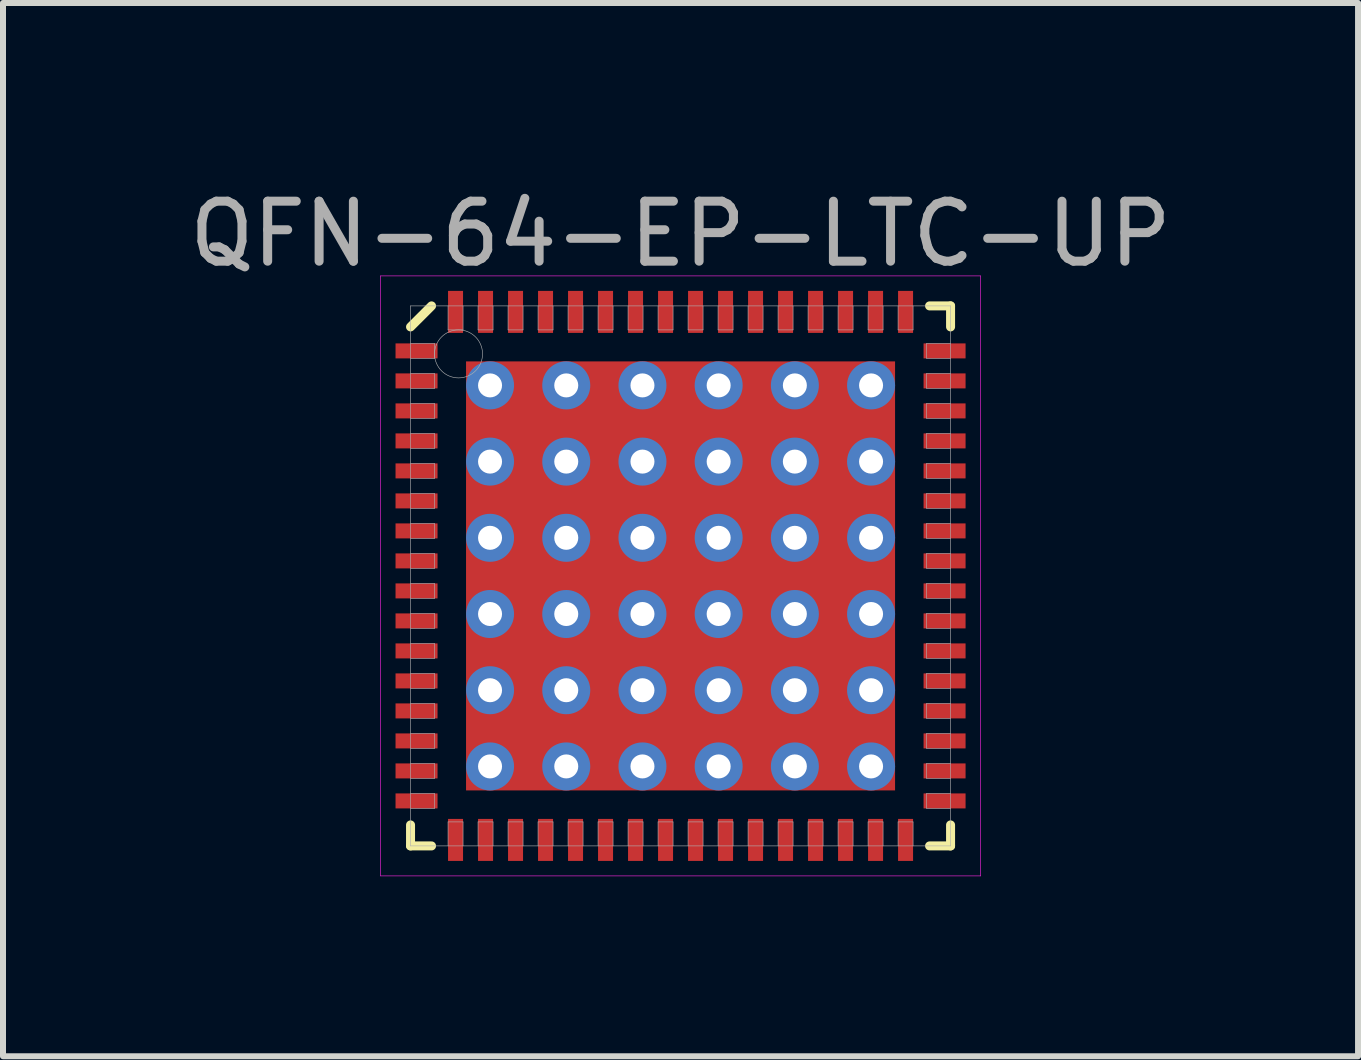
<source format=kicad_pcb>
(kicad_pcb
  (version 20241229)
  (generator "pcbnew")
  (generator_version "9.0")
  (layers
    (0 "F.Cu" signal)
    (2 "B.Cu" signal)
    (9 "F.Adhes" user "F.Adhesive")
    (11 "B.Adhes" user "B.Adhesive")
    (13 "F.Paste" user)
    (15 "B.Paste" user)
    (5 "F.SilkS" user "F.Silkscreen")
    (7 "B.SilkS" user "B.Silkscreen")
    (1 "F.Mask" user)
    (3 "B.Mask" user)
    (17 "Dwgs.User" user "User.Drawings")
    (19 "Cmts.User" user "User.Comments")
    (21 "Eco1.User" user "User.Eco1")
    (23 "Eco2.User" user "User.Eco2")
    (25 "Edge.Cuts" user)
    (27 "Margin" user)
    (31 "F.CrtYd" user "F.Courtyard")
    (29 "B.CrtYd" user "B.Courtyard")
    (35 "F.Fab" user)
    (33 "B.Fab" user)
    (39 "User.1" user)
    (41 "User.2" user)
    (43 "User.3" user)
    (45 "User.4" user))
  (footprint "QFN-64-EP-LTC-UP"
    (layer "F.Cu")
    (at 8.292 6.548)
    (property "Reference" "QFN-64-EP-LTC-UP" (at 0 -5.7 0) (layer "F.Fab") (effects (font (size 1 1) (thickness 0.15))))
    (attr through_hole)
    (fp_line (start -4.5 -4.15) (end -4.15 -4.5) (stroke (width 0.15) (type solid)) (layer "F.SilkS"))
    (fp_line (start -4.5 4.5) (end -4.5 4.15) (stroke (width 0.15) (type solid)) (layer "F.SilkS"))
    (fp_line (start -4.15 4.5) (end -4.5 4.5) (stroke (width 0.15) (type solid)) (layer "F.SilkS"))
    (fp_line (start 4.15 -4.5) (end 4.5 -4.5) (stroke (width 0.15) (type solid)) (layer "F.SilkS"))
    (fp_line (start 4.15 4.5) (end 4.5 4.5) (stroke (width 0.15) (type solid)) (layer "F.SilkS"))
    (fp_line (start 4.5 -4.5) (end 4.5 -4.15) (stroke (width 0.15) (type solid)) (layer "F.SilkS"))
    (fp_line (start 4.5 4.5) (end 4.5 4.15) (stroke (width 0.15) (type solid)) (layer "F.SilkS"))
    (fp_line (start -5 -5) (end 5 -5) (stroke (width 0.01) (type solid)) (layer "F.CrtYd"))
    (fp_line (start -5 5) (end -5 -5) (stroke (width 0.01) (type solid)) (layer "F.CrtYd"))
    (fp_line (start 5 -5) (end 5 5) (stroke (width 0.01) (type solid)) (layer "F.CrtYd"))
    (fp_line (start 5 5) (end -5 5) (stroke (width 0.01) (type solid)) (layer "F.CrtYd"))
    (fp_line (start -4.5 -4.5) (end 4.5 -4.5) (stroke (width 0.01) (type solid)) (layer "F.Fab"))
    (fp_line (start -4.5 -3.625) (end -4.1 -3.625) (stroke (width 0.01) (type solid)) (layer "F.Fab"))
    (fp_line (start -4.5 -3.125) (end -4.1 -3.125) (stroke (width 0.01) (type solid)) (layer "F.Fab"))
    (fp_line (start -4.5 -2.625) (end -4.1 -2.625) (stroke (width 0.01) (type solid)) (layer "F.Fab"))
    (fp_line (start -4.5 -2.125) (end -4.1 -2.125) (stroke (width 0.01) (type solid)) (layer "F.Fab"))
    (fp_line (start -4.5 -1.625) (end -4.1 -1.625) (stroke (width 0.01) (type solid)) (layer "F.Fab"))
    (fp_line (start -4.5 -1.125) (end -4.1 -1.125) (stroke (width 0.01) (type solid)) (layer "F.Fab"))
    (fp_line (start -4.5 -0.625) (end -4.1 -0.625) (stroke (width 0.01) (type solid)) (layer "F.Fab"))
    (fp_line (start -4.5 -0.125) (end -4.1 -0.125) (stroke (width 0.01) (type solid)) (layer "F.Fab"))
    (fp_line (start -4.5 0.375) (end -4.1 0.375) (stroke (width 0.01) (type solid)) (layer "F.Fab"))
    (fp_line (start -4.5 0.875) (end -4.1 0.875) (stroke (width 0.01) (type solid)) (layer "F.Fab"))
    (fp_line (start -4.5 1.375) (end -4.1 1.375) (stroke (width 0.01) (type solid)) (layer "F.Fab"))
    (fp_line (start -4.5 1.875) (end -4.1 1.875) (stroke (width 0.01) (type solid)) (layer "F.Fab"))
    (fp_line (start -4.5 2.375) (end -4.1 2.375) (stroke (width 0.01) (type solid)) (layer "F.Fab"))
    (fp_line (start -4.5 2.875) (end -4.1 2.875) (stroke (width 0.01) (type solid)) (layer "F.Fab"))
    (fp_line (start -4.5 3.375) (end -4.1 3.375) (stroke (width 0.01) (type solid)) (layer "F.Fab"))
    (fp_line (start -4.5 3.875) (end -4.1 3.875) (stroke (width 0.01) (type solid)) (layer "F.Fab"))
    (fp_line (start -4.5 4.5) (end -4.5 -4.5) (stroke (width 0.01) (type solid)) (layer "F.Fab"))
    (fp_line (start -4.1 -3.875) (end -4.5 -3.875) (stroke (width 0.01) (type solid)) (layer "F.Fab"))
    (fp_line (start -4.1 -3.625) (end -4.1 -3.875) (stroke (width 0.01) (type solid)) (layer "F.Fab"))
    (fp_line (start -4.1 -3.375) (end -4.5 -3.375) (stroke (width 0.01) (type solid)) (layer "F.Fab"))
    (fp_line (start -4.1 -3.125) (end -4.1 -3.375) (stroke (width 0.01) (type solid)) (layer "F.Fab"))
    (fp_line (start -4.1 -2.875) (end -4.5 -2.875) (stroke (width 0.01) (type solid)) (layer "F.Fab"))
    (fp_line (start -4.1 -2.625) (end -4.1 -2.875) (stroke (width 0.01) (type solid)) (layer "F.Fab"))
    (fp_line (start -4.1 -2.375) (end -4.5 -2.375) (stroke (width 0.01) (type solid)) (layer "F.Fab"))
    (fp_line (start -4.1 -2.125) (end -4.1 -2.375) (stroke (width 0.01) (type solid)) (layer "F.Fab"))
    (fp_line (start -4.1 -1.875) (end -4.5 -1.875) (stroke (width 0.01) (type solid)) (layer "F.Fab"))
    (fp_line (start -4.1 -1.625) (end -4.1 -1.875) (stroke (width 0.01) (type solid)) (layer "F.Fab"))
    (fp_line (start -4.1 -1.375) (end -4.5 -1.375) (stroke (width 0.01) (type solid)) (layer "F.Fab"))
    (fp_line (start -4.1 -1.125) (end -4.1 -1.375) (stroke (width 0.01) (type solid)) (layer "F.Fab"))
    (fp_line (start -4.1 -0.875) (end -4.5 -0.875) (stroke (width 0.01) (type solid)) (layer "F.Fab"))
    (fp_line (start -4.1 -0.625) (end -4.1 -0.875) (stroke (width 0.01) (type solid)) (layer "F.Fab"))
    (fp_line (start -4.1 -0.375) (end -4.5 -0.375) (stroke (width 0.01) (type solid)) (layer "F.Fab"))
    (fp_line (start -4.1 -0.125) (end -4.1 -0.375) (stroke (width 0.01) (type solid)) (layer "F.Fab"))
    (fp_line (start -4.1 0.125) (end -4.5 0.125) (stroke (width 0.01) (type solid)) (layer "F.Fab"))
    (fp_line (start -4.1 0.375) (end -4.1 0.125) (stroke (width 0.01) (type solid)) (layer "F.Fab"))
    (fp_line (start -4.1 0.625) (end -4.5 0.625) (stroke (width 0.01) (type solid)) (layer "F.Fab"))
    (fp_line (start -4.1 0.875) (end -4.1 0.625) (stroke (width 0.01) (type solid)) (layer "F.Fab"))
    (fp_line (start -4.1 1.125) (end -4.5 1.125) (stroke (width 0.01) (type solid)) (layer "F.Fab"))
    (fp_line (start -4.1 1.375) (end -4.1 1.125) (stroke (width 0.01) (type solid)) (layer "F.Fab"))
    (fp_line (start -4.1 1.625) (end -4.5 1.625) (stroke (width 0.01) (type solid)) (layer "F.Fab"))
    (fp_line (start -4.1 1.875) (end -4.1 1.625) (stroke (width 0.01) (type solid)) (layer "F.Fab"))
    (fp_line (start -4.1 2.125) (end -4.5 2.125) (stroke (width 0.01) (type solid)) (layer "F.Fab"))
    (fp_line (start -4.1 2.375) (end -4.1 2.125) (stroke (width 0.01) (type solid)) (layer "F.Fab"))
    (fp_line (start -4.1 2.625) (end -4.5 2.625) (stroke (width 0.01) (type solid)) (layer "F.Fab"))
    (fp_line (start -4.1 2.875) (end -4.1 2.625) (stroke (width 0.01) (type solid)) (layer "F.Fab"))
    (fp_line (start -4.1 3.125) (end -4.5 3.125) (stroke (width 0.01) (type solid)) (layer "F.Fab"))
    (fp_line (start -4.1 3.375) (end -4.1 3.125) (stroke (width 0.01) (type solid)) (layer "F.Fab"))
    (fp_line (start -4.1 3.625) (end -4.5 3.625) (stroke (width 0.01) (type solid)) (layer "F.Fab"))
    (fp_line (start -4.1 3.875) (end -4.1 3.625) (stroke (width 0.01) (type solid)) (layer "F.Fab"))
    (fp_line (start -3.875 -4.5) (end -3.875 -4.1) (stroke (width 0.01) (type solid)) (layer "F.Fab"))
    (fp_line (start -3.875 -4.1) (end -3.625 -4.1) (stroke (width 0.01) (type solid)) (layer "F.Fab"))
    (fp_line (start -3.875 4.1) (end -3.875 4.5) (stroke (width 0.01) (type solid)) (layer "F.Fab"))
    (fp_line (start -3.625 -4.1) (end -3.625 -4.5) (stroke (width 0.01) (type solid)) (layer "F.Fab"))
    (fp_line (start -3.625 4.1) (end -3.875 4.1) (stroke (width 0.01) (type solid)) (layer "F.Fab"))
    (fp_line (start -3.625 4.5) (end -3.625 4.1) (stroke (width 0.01) (type solid)) (layer "F.Fab"))
    (fp_line (start -3.375 -4.5) (end -3.375 -4.1) (stroke (width 0.01) (type solid)) (layer "F.Fab"))
    (fp_line (start -3.375 -4.1) (end -3.125 -4.1) (stroke (width 0.01) (type solid)) (layer "F.Fab"))
    (fp_line (start -3.375 4.1) (end -3.375 4.5) (stroke (width 0.01) (type solid)) (layer "F.Fab"))
    (fp_line (start -3.125 -4.1) (end -3.125 -4.5) (stroke (width 0.01) (type solid)) (layer "F.Fab"))
    (fp_line (start -3.125 4.1) (end -3.375 4.1) (stroke (width 0.01) (type solid)) (layer "F.Fab"))
    (fp_line (start -3.125 4.5) (end -3.125 4.1) (stroke (width 0.01) (type solid)) (layer "F.Fab"))
    (fp_line (start -2.875 -4.5) (end -2.875 -4.1) (stroke (width 0.01) (type solid)) (layer "F.Fab"))
    (fp_line (start -2.875 -4.1) (end -2.625 -4.1) (stroke (width 0.01) (type solid)) (layer "F.Fab"))
    (fp_line (start -2.875 4.1) (end -2.875 4.5) (stroke (width 0.01) (type solid)) (layer "F.Fab"))
    (fp_line (start -2.625 -4.1) (end -2.625 -4.5) (stroke (width 0.01) (type solid)) (layer "F.Fab"))
    (fp_line (start -2.625 4.1) (end -2.875 4.1) (stroke (width 0.01) (type solid)) (layer "F.Fab"))
    (fp_line (start -2.625 4.5) (end -2.625 4.1) (stroke (width 0.01) (type solid)) (layer "F.Fab"))
    (fp_line (start -2.375 -4.5) (end -2.375 -4.1) (stroke (width 0.01) (type solid)) (layer "F.Fab"))
    (fp_line (start -2.375 -4.1) (end -2.125 -4.1) (stroke (width 0.01) (type solid)) (layer "F.Fab"))
    (fp_line (start -2.375 4.1) (end -2.375 4.5) (stroke (width 0.01) (type solid)) (layer "F.Fab"))
    (fp_line (start -2.125 -4.1) (end -2.125 -4.5) (stroke (width 0.01) (type solid)) (layer "F.Fab"))
    (fp_line (start -2.125 4.1) (end -2.375 4.1) (stroke (width 0.01) (type solid)) (layer "F.Fab"))
    (fp_line (start -2.125 4.5) (end -2.125 4.1) (stroke (width 0.01) (type solid)) (layer "F.Fab"))
    (fp_line (start -1.875 -4.5) (end -1.875 -4.1) (stroke (width 0.01) (type solid)) (layer "F.Fab"))
    (fp_line (start -1.875 -4.1) (end -1.625 -4.1) (stroke (width 0.01) (type solid)) (layer "F.Fab"))
    (fp_line (start -1.875 4.1) (end -1.875 4.5) (stroke (width 0.01) (type solid)) (layer "F.Fab"))
    (fp_line (start -1.625 -4.1) (end -1.625 -4.5) (stroke (width 0.01) (type solid)) (layer "F.Fab"))
    (fp_line (start -1.625 4.1) (end -1.875 4.1) (stroke (width 0.01) (type solid)) (layer "F.Fab"))
    (fp_line (start -1.625 4.5) (end -1.625 4.1) (stroke (width 0.01) (type solid)) (layer "F.Fab"))
    (fp_line (start -1.375 -4.5) (end -1.375 -4.1) (stroke (width 0.01) (type solid)) (layer "F.Fab"))
    (fp_line (start -1.375 -4.1) (end -1.125 -4.1) (stroke (width 0.01) (type solid)) (layer "F.Fab"))
    (fp_line (start -1.375 4.1) (end -1.375 4.5) (stroke (width 0.01) (type solid)) (layer "F.Fab"))
    (fp_line (start -1.125 -4.1) (end -1.125 -4.5) (stroke (width 0.01) (type solid)) (layer "F.Fab"))
    (fp_line (start -1.125 4.1) (end -1.375 4.1) (stroke (width 0.01) (type solid)) (layer "F.Fab"))
    (fp_line (start -1.125 4.5) (end -1.125 4.1) (stroke (width 0.01) (type solid)) (layer "F.Fab"))
    (fp_line (start -0.875 -4.5) (end -0.875 -4.1) (stroke (width 0.01) (type solid)) (layer "F.Fab"))
    (fp_line (start -0.875 -4.1) (end -0.625 -4.1) (stroke (width 0.01) (type solid)) (layer "F.Fab"))
    (fp_line (start -0.875 4.1) (end -0.875 4.5) (stroke (width 0.01) (type solid)) (layer "F.Fab"))
    (fp_line (start -0.625 -4.1) (end -0.625 -4.5) (stroke (width 0.01) (type solid)) (layer "F.Fab"))
    (fp_line (start -0.625 4.1) (end -0.875 4.1) (stroke (width 0.01) (type solid)) (layer "F.Fab"))
    (fp_line (start -0.625 4.5) (end -0.625 4.1) (stroke (width 0.01) (type solid)) (layer "F.Fab"))
    (fp_line (start -0.375 -4.5) (end -0.375 -4.1) (stroke (width 0.01) (type solid)) (layer "F.Fab"))
    (fp_line (start -0.375 -4.1) (end -0.125 -4.1) (stroke (width 0.01) (type solid)) (layer "F.Fab"))
    (fp_line (start -0.375 4.1) (end -0.375 4.5) (stroke (width 0.01) (type solid)) (layer "F.Fab"))
    (fp_line (start -0.125 -4.1) (end -0.125 -4.5) (stroke (width 0.01) (type solid)) (layer "F.Fab"))
    (fp_line (start -0.125 4.1) (end -0.375 4.1) (stroke (width 0.01) (type solid)) (layer "F.Fab"))
    (fp_line (start -0.125 4.5) (end -0.125 4.1) (stroke (width 0.01) (type solid)) (layer "F.Fab"))
    (fp_line (start 0.125 -4.5) (end 0.125 -4.1) (stroke (width 0.01) (type solid)) (layer "F.Fab"))
    (fp_line (start 0.125 -4.1) (end 0.375 -4.1) (stroke (width 0.01) (type solid)) (layer "F.Fab"))
    (fp_line (start 0.125 4.1) (end 0.125 4.5) (stroke (width 0.01) (type solid)) (layer "F.Fab"))
    (fp_line (start 0.375 -4.1) (end 0.375 -4.5) (stroke (width 0.01) (type solid)) (layer "F.Fab"))
    (fp_line (start 0.375 4.1) (end 0.125 4.1) (stroke (width 0.01) (type solid)) (layer "F.Fab"))
    (fp_line (start 0.375 4.5) (end 0.375 4.1) (stroke (width 0.01) (type solid)) (layer "F.Fab"))
    (fp_line (start 0.625 -4.5) (end 0.625 -4.1) (stroke (width 0.01) (type solid)) (layer "F.Fab"))
    (fp_line (start 0.625 -4.1) (end 0.875 -4.1) (stroke (width 0.01) (type solid)) (layer "F.Fab"))
    (fp_line (start 0.625 4.1) (end 0.625 4.5) (stroke (width 0.01) (type solid)) (layer "F.Fab"))
    (fp_line (start 0.875 -4.1) (end 0.875 -4.5) (stroke (width 0.01) (type solid)) (layer "F.Fab"))
    (fp_line (start 0.875 4.1) (end 0.625 4.1) (stroke (width 0.01) (type solid)) (layer "F.Fab"))
    (fp_line (start 0.875 4.5) (end 0.875 4.1) (stroke (width 0.01) (type solid)) (layer "F.Fab"))
    (fp_line (start 1.125 -4.5) (end 1.125 -4.1) (stroke (width 0.01) (type solid)) (layer "F.Fab"))
    (fp_line (start 1.125 -4.1) (end 1.375 -4.1) (stroke (width 0.01) (type solid)) (layer "F.Fab"))
    (fp_line (start 1.125 4.1) (end 1.125 4.5) (stroke (width 0.01) (type solid)) (layer "F.Fab"))
    (fp_line (start 1.375 -4.1) (end 1.375 -4.5) (stroke (width 0.01) (type solid)) (layer "F.Fab"))
    (fp_line (start 1.375 4.1) (end 1.125 4.1) (stroke (width 0.01) (type solid)) (layer "F.Fab"))
    (fp_line (start 1.375 4.5) (end 1.375 4.1) (stroke (width 0.01) (type solid)) (layer "F.Fab"))
    (fp_line (start 1.625 -4.5) (end 1.625 -4.1) (stroke (width 0.01) (type solid)) (layer "F.Fab"))
    (fp_line (start 1.625 -4.1) (end 1.875 -4.1) (stroke (width 0.01) (type solid)) (layer "F.Fab"))
    (fp_line (start 1.625 4.1) (end 1.625 4.5) (stroke (width 0.01) (type solid)) (layer "F.Fab"))
    (fp_line (start 1.875 -4.1) (end 1.875 -4.5) (stroke (width 0.01) (type solid)) (layer "F.Fab"))
    (fp_line (start 1.875 4.1) (end 1.625 4.1) (stroke (width 0.01) (type solid)) (layer "F.Fab"))
    (fp_line (start 1.875 4.5) (end 1.875 4.1) (stroke (width 0.01) (type solid)) (layer "F.Fab"))
    (fp_line (start 2.125 -4.5) (end 2.125 -4.1) (stroke (width 0.01) (type solid)) (layer "F.Fab"))
    (fp_line (start 2.125 -4.1) (end 2.375 -4.1) (stroke (width 0.01) (type solid)) (layer "F.Fab"))
    (fp_line (start 2.125 4.1) (end 2.125 4.5) (stroke (width 0.01) (type solid)) (layer "F.Fab"))
    (fp_line (start 2.375 -4.1) (end 2.375 -4.5) (stroke (width 0.01) (type solid)) (layer "F.Fab"))
    (fp_line (start 2.375 4.1) (end 2.125 4.1) (stroke (width 0.01) (type solid)) (layer "F.Fab"))
    (fp_line (start 2.375 4.5) (end 2.375 4.1) (stroke (width 0.01) (type solid)) (layer "F.Fab"))
    (fp_line (start 2.625 -4.5) (end 2.625 -4.1) (stroke (width 0.01) (type solid)) (layer "F.Fab"))
    (fp_line (start 2.625 -4.1) (end 2.875 -4.1) (stroke (width 0.01) (type solid)) (layer "F.Fab"))
    (fp_line (start 2.625 4.1) (end 2.625 4.5) (stroke (width 0.01) (type solid)) (layer "F.Fab"))
    (fp_line (start 2.875 -4.1) (end 2.875 -4.5) (stroke (width 0.01) (type solid)) (layer "F.Fab"))
    (fp_line (start 2.875 4.1) (end 2.625 4.1) (stroke (width 0.01) (type solid)) (layer "F.Fab"))
    (fp_line (start 2.875 4.5) (end 2.875 4.1) (stroke (width 0.01) (type solid)) (layer "F.Fab"))
    (fp_line (start 3.125 -4.5) (end 3.125 -4.1) (stroke (width 0.01) (type solid)) (layer "F.Fab"))
    (fp_line (start 3.125 -4.1) (end 3.375 -4.1) (stroke (width 0.01) (type solid)) (layer "F.Fab"))
    (fp_line (start 3.125 4.1) (end 3.125 4.5) (stroke (width 0.01) (type solid)) (layer "F.Fab"))
    (fp_line (start 3.375 -4.1) (end 3.375 -4.5) (stroke (width 0.01) (type solid)) (layer "F.Fab"))
    (fp_line (start 3.375 4.1) (end 3.125 4.1) (stroke (width 0.01) (type solid)) (layer "F.Fab"))
    (fp_line (start 3.375 4.5) (end 3.375 4.1) (stroke (width 0.01) (type solid)) (layer "F.Fab"))
    (fp_line (start 3.625 -4.5) (end 3.625 -4.1) (stroke (width 0.01) (type solid)) (layer "F.Fab"))
    (fp_line (start 3.625 -4.1) (end 3.875 -4.1) (stroke (width 0.01) (type solid)) (layer "F.Fab"))
    (fp_line (start 3.625 4.1) (end 3.625 4.5) (stroke (width 0.01) (type solid)) (layer "F.Fab"))
    (fp_line (start 3.875 -4.1) (end 3.875 -4.5) (stroke (width 0.01) (type solid)) (layer "F.Fab"))
    (fp_line (start 3.875 4.1) (end 3.625 4.1) (stroke (width 0.01) (type solid)) (layer "F.Fab"))
    (fp_line (start 3.875 4.5) (end 3.875 4.1) (stroke (width 0.01) (type solid)) (layer "F.Fab"))
    (fp_line (start 4.1 -3.875) (end 4.1 -3.625) (stroke (width 0.01) (type solid)) (layer "F.Fab"))
    (fp_line (start 4.1 -3.625) (end 4.5 -3.625) (stroke (width 0.01) (type solid)) (layer "F.Fab"))
    (fp_line (start 4.1 -3.375) (end 4.1 -3.125) (stroke (width 0.01) (type solid)) (layer "F.Fab"))
    (fp_line (start 4.1 -3.125) (end 4.5 -3.125) (stroke (width 0.01) (type solid)) (layer "F.Fab"))
    (fp_line (start 4.1 -2.875) (end 4.1 -2.625) (stroke (width 0.01) (type solid)) (layer "F.Fab"))
    (fp_line (start 4.1 -2.625) (end 4.5 -2.625) (stroke (width 0.01) (type solid)) (layer "F.Fab"))
    (fp_line (start 4.1 -2.375) (end 4.1 -2.125) (stroke (width 0.01) (type solid)) (layer "F.Fab"))
    (fp_line (start 4.1 -2.125) (end 4.5 -2.125) (stroke (width 0.01) (type solid)) (layer "F.Fab"))
    (fp_line (start 4.1 -1.875) (end 4.1 -1.625) (stroke (width 0.01) (type solid)) (layer "F.Fab"))
    (fp_line (start 4.1 -1.625) (end 4.5 -1.625) (stroke (width 0.01) (type solid)) (layer "F.Fab"))
    (fp_line (start 4.1 -1.375) (end 4.1 -1.125) (stroke (width 0.01) (type solid)) (layer "F.Fab"))
    (fp_line (start 4.1 -1.125) (end 4.5 -1.125) (stroke (width 0.01) (type solid)) (layer "F.Fab"))
    (fp_line (start 4.1 -0.875) (end 4.1 -0.625) (stroke (width 0.01) (type solid)) (layer "F.Fab"))
    (fp_line (start 4.1 -0.625) (end 4.5 -0.625) (stroke (width 0.01) (type solid)) (layer "F.Fab"))
    (fp_line (start 4.1 -0.375) (end 4.1 -0.125) (stroke (width 0.01) (type solid)) (layer "F.Fab"))
    (fp_line (start 4.1 -0.125) (end 4.5 -0.125) (stroke (width 0.01) (type solid)) (layer "F.Fab"))
    (fp_line (start 4.1 0.125) (end 4.1 0.375) (stroke (width 0.01) (type solid)) (layer "F.Fab"))
    (fp_line (start 4.1 0.375) (end 4.5 0.375) (stroke (width 0.01) (type solid)) (layer "F.Fab"))
    (fp_line (start 4.1 0.625) (end 4.1 0.875) (stroke (width 0.01) (type solid)) (layer "F.Fab"))
    (fp_line (start 4.1 0.875) (end 4.5 0.875) (stroke (width 0.01) (type solid)) (layer "F.Fab"))
    (fp_line (start 4.1 1.125) (end 4.1 1.375) (stroke (width 0.01) (type solid)) (layer "F.Fab"))
    (fp_line (start 4.1 1.375) (end 4.5 1.375) (stroke (width 0.01) (type solid)) (layer "F.Fab"))
    (fp_line (start 4.1 1.625) (end 4.1 1.875) (stroke (width 0.01) (type solid)) (layer "F.Fab"))
    (fp_line (start 4.1 1.875) (end 4.5 1.875) (stroke (width 0.01) (type solid)) (layer "F.Fab"))
    (fp_line (start 4.1 2.125) (end 4.1 2.375) (stroke (width 0.01) (type solid)) (layer "F.Fab"))
    (fp_line (start 4.1 2.375) (end 4.5 2.375) (stroke (width 0.01) (type solid)) (layer "F.Fab"))
    (fp_line (start 4.1 2.625) (end 4.1 2.875) (stroke (width 0.01) (type solid)) (layer "F.Fab"))
    (fp_line (start 4.1 2.875) (end 4.5 2.875) (stroke (width 0.01) (type solid)) (layer "F.Fab"))
    (fp_line (start 4.1 3.125) (end 4.1 3.375) (stroke (width 0.01) (type solid)) (layer "F.Fab"))
    (fp_line (start 4.1 3.375) (end 4.5 3.375) (stroke (width 0.01) (type solid)) (layer "F.Fab"))
    (fp_line (start 4.1 3.625) (end 4.1 3.875) (stroke (width 0.01) (type solid)) (layer "F.Fab"))
    (fp_line (start 4.1 3.875) (end 4.5 3.875) (stroke (width 0.01) (type solid)) (layer "F.Fab"))
    (fp_line (start 4.5 -4.5) (end 4.5 4.5) (stroke (width 0.01) (type solid)) (layer "F.Fab"))
    (fp_line (start 4.5 -3.875) (end 4.1 -3.875) (stroke (width 0.01) (type solid)) (layer "F.Fab"))
    (fp_line (start 4.5 -3.375) (end 4.1 -3.375) (stroke (width 0.01) (type solid)) (layer "F.Fab"))
    (fp_line (start 4.5 -2.875) (end 4.1 -2.875) (stroke (width 0.01) (type solid)) (layer "F.Fab"))
    (fp_line (start 4.5 -2.375) (end 4.1 -2.375) (stroke (width 0.01) (type solid)) (layer "F.Fab"))
    (fp_line (start 4.5 -1.875) (end 4.1 -1.875) (stroke (width 0.01) (type solid)) (layer "F.Fab"))
    (fp_line (start 4.5 -1.375) (end 4.1 -1.375) (stroke (width 0.01) (type solid)) (layer "F.Fab"))
    (fp_line (start 4.5 -0.875) (end 4.1 -0.875) (stroke (width 0.01) (type solid)) (layer "F.Fab"))
    (fp_line (start 4.5 -0.375) (end 4.1 -0.375) (stroke (width 0.01) (type solid)) (layer "F.Fab"))
    (fp_line (start 4.5 0.125) (end 4.1 0.125) (stroke (width 0.01) (type solid)) (layer "F.Fab"))
    (fp_line (start 4.5 0.625) (end 4.1 0.625) (stroke (width 0.01) (type solid)) (layer "F.Fab"))
    (fp_line (start 4.5 1.125) (end 4.1 1.125) (stroke (width 0.01) (type solid)) (layer "F.Fab"))
    (fp_line (start 4.5 1.625) (end 4.1 1.625) (stroke (width 0.01) (type solid)) (layer "F.Fab"))
    (fp_line (start 4.5 2.125) (end 4.1 2.125) (stroke (width 0.01) (type solid)) (layer "F.Fab"))
    (fp_line (start 4.5 2.625) (end 4.1 2.625) (stroke (width 0.01) (type solid)) (layer "F.Fab"))
    (fp_line (start 4.5 3.125) (end 4.1 3.125) (stroke (width 0.01) (type solid)) (layer "F.Fab"))
    (fp_line (start 4.5 3.625) (end 4.1 3.625) (stroke (width 0.01) (type solid)) (layer "F.Fab"))
    (fp_line (start 4.5 4.5) (end -4.5 4.5) (stroke (width 0.01) (type solid)) (layer "F.Fab"))
    (fp_circle (center -3.7 -3.7) (end -3.7 -3.3) (stroke (width 0.01) (type solid)) (fill no) (layer "F.Fab"))
    (pad "" smd rect (at -2.6 -2.6) (size 0.7 0.7) (layers "F.Mask"))
    (pad "" smd rect (at -2.6 -2.6) (size 0.7 0.7) (layers "F.Paste"))
    (pad "" smd rect (at -2.6 -1.3) (size 0.7 0.7) (layers "F.Mask"))
    (pad "" smd rect (at -2.6 -1.3) (size 0.7 0.7) (layers "F.Paste"))
    (pad "" smd rect (at -2.6 0) (size 0.7 0.7) (layers "F.Mask"))
    (pad "" smd rect (at -2.6 0) (size 0.7 0.7) (layers "F.Paste"))
    (pad "" smd rect (at -2.6 1.3) (size 0.7 0.7) (layers "F.Mask"))
    (pad "" smd rect (at -2.6 1.3) (size 0.7 0.7) (layers "F.Paste"))
    (pad "" smd rect (at -2.6 2.6) (size 0.7 0.7) (layers "F.Mask"))
    (pad "" smd rect (at -2.6 2.6) (size 0.7 0.7) (layers "F.Paste"))
    (pad "" smd rect (at -1.3 -2.6) (size 0.7 0.7) (layers "F.Mask"))
    (pad "" smd rect (at -1.3 -2.6) (size 0.7 0.7) (layers "F.Paste"))
    (pad "" smd rect (at -1.3 -1.3) (size 0.7 0.7) (layers "F.Mask"))
    (pad "" smd rect (at -1.3 -1.3) (size 0.7 0.7) (layers "F.Paste"))
    (pad "" smd rect (at -1.3 0) (size 0.7 0.7) (layers "F.Mask"))
    (pad "" smd rect (at -1.3 0) (size 0.7 0.7) (layers "F.Paste"))
    (pad "" smd rect (at -1.3 1.3) (size 0.7 0.7) (layers "F.Mask"))
    (pad "" smd rect (at -1.3 1.3) (size 0.7 0.7) (layers "F.Paste"))
    (pad "" smd rect (at -1.3 2.6) (size 0.7 0.7) (layers "F.Mask"))
    (pad "" smd rect (at -1.3 2.6) (size 0.7 0.7) (layers "F.Paste"))
    (pad "" smd rect (at 0 -2.6) (size 0.7 0.7) (layers "F.Mask"))
    (pad "" smd rect (at 0 -2.6) (size 0.7 0.7) (layers "F.Paste"))
    (pad "" smd rect (at 0 -1.3) (size 0.7 0.7) (layers "F.Mask"))
    (pad "" smd rect (at 0 -1.3) (size 0.7 0.7) (layers "F.Paste"))
    (pad "" smd rect (at 0 0) (size 0.7 0.7) (layers "F.Mask"))
    (pad "" smd rect (at 0 0) (size 0.7 0.7) (layers "F.Paste"))
    (pad "" smd rect (at 0 1.3) (size 0.7 0.7) (layers "F.Mask"))
    (pad "" smd rect (at 0 1.3) (size 0.7 0.7) (layers "F.Paste"))
    (pad "" smd rect (at 0 2.6) (size 0.7 0.7) (layers "F.Mask"))
    (pad "" smd rect (at 0 2.6) (size 0.7 0.7) (layers "F.Paste"))
    (pad "" smd rect (at 1.3 -2.6) (size 0.7 0.7) (layers "F.Mask"))
    (pad "" smd rect (at 1.3 -2.6) (size 0.7 0.7) (layers "F.Paste"))
    (pad "" smd rect (at 1.3 -1.3) (size 0.7 0.7) (layers "F.Mask"))
    (pad "" smd rect (at 1.3 -1.3) (size 0.7 0.7) (layers "F.Paste"))
    (pad "" smd rect (at 1.3 0) (size 0.7 0.7) (layers "F.Mask"))
    (pad "" smd rect (at 1.3 0) (size 0.7 0.7) (layers "F.Paste"))
    (pad "" smd rect (at 1.3 1.3) (size 0.7 0.7) (layers "F.Mask"))
    (pad "" smd rect (at 1.3 1.3) (size 0.7 0.7) (layers "F.Paste"))
    (pad "" smd rect (at 1.3 2.6) (size 0.7 0.7) (layers "F.Mask"))
    (pad "" smd rect (at 1.3 2.6) (size 0.7 0.7) (layers "F.Paste"))
    (pad "" smd rect (at 2.6 -2.6) (size 0.7 0.7) (layers "F.Mask"))
    (pad "" smd rect (at 2.6 -2.6) (size 0.7 0.7) (layers "F.Paste"))
    (pad "" smd rect (at 2.6 -1.3) (size 0.7 0.7) (layers "F.Mask"))
    (pad "" smd rect (at 2.6 -1.3) (size 0.7 0.7) (layers "F.Paste"))
    (pad "" smd rect (at 2.6 0) (size 0.7 0.7) (layers "F.Mask"))
    (pad "" smd rect (at 2.6 0) (size 0.7 0.7) (layers "F.Paste"))
    (pad "" smd rect (at 2.6 1.3) (size 0.7 0.7) (layers "F.Mask"))
    (pad "" smd rect (at 2.6 1.3) (size 0.7 0.7) (layers "F.Paste"))
    (pad "" smd rect (at 2.6 2.6) (size 0.7 0.7) (layers "F.Mask"))
    (pad "" smd rect (at 2.6 2.6) (size 0.7 0.7) (layers "F.Paste"))
    (pad "1" smd rect (at -4.4 -3.75) (size 0.7 0.25) (layers "F.Cu" "F.Mask" "F.Paste"))
    (pad "2" smd rect (at -4.4 -3.25) (size 0.7 0.25) (layers "F.Cu" "F.Mask" "F.Paste"))
    (pad "3" smd rect (at -4.4 -2.75) (size 0.7 0.25) (layers "F.Cu" "F.Mask" "F.Paste"))
    (pad "4" smd rect (at -4.4 -2.25) (size 0.7 0.25) (layers "F.Cu" "F.Mask" "F.Paste"))
    (pad "5" smd rect (at -4.4 -1.75) (size 0.7 0.25) (layers "F.Cu" "F.Mask" "F.Paste"))
    (pad "6" smd rect (at -4.4 -1.25) (size 0.7 0.25) (layers "F.Cu" "F.Mask" "F.Paste"))
    (pad "7" smd rect (at -4.4 -0.75) (size 0.7 0.25) (layers "F.Cu" "F.Mask" "F.Paste"))
    (pad "8" smd rect (at -4.4 -0.25) (size 0.7 0.25) (layers "F.Cu" "F.Mask" "F.Paste"))
    (pad "9" smd rect (at -4.4 0.25) (size 0.7 0.25) (layers "F.Cu" "F.Mask" "F.Paste"))
    (pad "10" smd rect (at -4.4 0.75) (size 0.7 0.25) (layers "F.Cu" "F.Mask" "F.Paste"))
    (pad "11" smd rect (at -4.4 1.25) (size 0.7 0.25) (layers "F.Cu" "F.Mask" "F.Paste"))
    (pad "12" smd rect (at -4.4 1.75) (size 0.7 0.25) (layers "F.Cu" "F.Mask" "F.Paste"))
    (pad "13" smd rect (at -4.4 2.25) (size 0.7 0.25) (layers "F.Cu" "F.Mask" "F.Paste"))
    (pad "14" smd rect (at -4.4 2.75) (size 0.7 0.25) (layers "F.Cu" "F.Mask" "F.Paste"))
    (pad "15" smd rect (at -4.4 3.25) (size 0.7 0.25) (layers "F.Cu" "F.Mask" "F.Paste"))
    (pad "16" smd rect (at -4.4 3.75) (size 0.7 0.25) (layers "F.Cu" "F.Mask" "F.Paste"))
    (pad "17" smd rect (at -3.75 4.4) (size 0.25 0.7) (layers "F.Cu" "F.Mask" "F.Paste"))
    (pad "18" smd rect (at -3.25 4.4) (size 0.25 0.7) (layers "F.Cu" "F.Mask" "F.Paste"))
    (pad "19" smd rect (at -2.75 4.4) (size 0.25 0.7) (layers "F.Cu" "F.Mask" "F.Paste"))
    (pad "20" smd rect (at -2.25 4.4) (size 0.25 0.7) (layers "F.Cu" "F.Mask" "F.Paste"))
    (pad "21" smd rect (at -1.75 4.4) (size 0.25 0.7) (layers "F.Cu" "F.Mask" "F.Paste"))
    (pad "22" smd rect (at -1.25 4.4) (size 0.25 0.7) (layers "F.Cu" "F.Mask" "F.Paste"))
    (pad "23" smd rect (at -0.75 4.4) (size 0.25 0.7) (layers "F.Cu" "F.Mask" "F.Paste"))
    (pad "24" smd rect (at -0.25 4.4) (size 0.25 0.7) (layers "F.Cu" "F.Mask" "F.Paste"))
    (pad "25" smd rect (at 0.25 4.4) (size 0.25 0.7) (layers "F.Cu" "F.Mask" "F.Paste"))
    (pad "26" smd rect (at 0.75 4.4) (size 0.25 0.7) (layers "F.Cu" "F.Mask" "F.Paste"))
    (pad "27" smd rect (at 1.25 4.4) (size 0.25 0.7) (layers "F.Cu" "F.Mask" "F.Paste"))
    (pad "28" smd rect (at 1.75 4.4) (size 0.25 0.7) (layers "F.Cu" "F.Mask" "F.Paste"))
    (pad "29" smd rect (at 2.25 4.4) (size 0.25 0.7) (layers "F.Cu" "F.Mask" "F.Paste"))
    (pad "30" smd rect (at 2.75 4.4) (size 0.25 0.7) (layers "F.Cu" "F.Mask" "F.Paste"))
    (pad "31" smd rect (at 3.25 4.4) (size 0.25 0.7) (layers "F.Cu" "F.Mask" "F.Paste"))
    (pad "32" smd rect (at 3.75 4.4) (size 0.25 0.7) (layers "F.Cu" "F.Mask" "F.Paste"))
    (pad "33" smd rect (at 4.4 3.75) (size 0.7 0.25) (layers "F.Cu" "F.Mask" "F.Paste"))
    (pad "34" smd rect (at 4.4 3.25) (size 0.7 0.25) (layers "F.Cu" "F.Mask" "F.Paste"))
    (pad "35" smd rect (at 4.4 2.75) (size 0.7 0.25) (layers "F.Cu" "F.Mask" "F.Paste"))
    (pad "36" smd rect (at 4.4 2.25) (size 0.7 0.25) (layers "F.Cu" "F.Mask" "F.Paste"))
    (pad "37" smd rect (at 4.4 1.75) (size 0.7 0.25) (layers "F.Cu" "F.Mask" "F.Paste"))
    (pad "38" smd rect (at 4.4 1.25) (size 0.7 0.25) (layers "F.Cu" "F.Mask" "F.Paste"))
    (pad "39" smd rect (at 4.4 0.75) (size 0.7 0.25) (layers "F.Cu" "F.Mask" "F.Paste"))
    (pad "40" smd rect (at 4.4 0.25) (size 0.7 0.25) (layers "F.Cu" "F.Mask" "F.Paste"))
    (pad "41" smd rect (at 4.4 -0.25) (size 0.7 0.25) (layers "F.Cu" "F.Mask" "F.Paste"))
    (pad "42" smd rect (at 4.4 -0.75) (size 0.7 0.25) (layers "F.Cu" "F.Mask" "F.Paste"))
    (pad "43" smd rect (at 4.4 -1.25) (size 0.7 0.25) (layers "F.Cu" "F.Mask" "F.Paste"))
    (pad "44" smd rect (at 4.4 -1.75) (size 0.7 0.25) (layers "F.Cu" "F.Mask" "F.Paste"))
    (pad "45" smd rect (at 4.4 -2.25) (size 0.7 0.25) (layers "F.Cu" "F.Mask" "F.Paste"))
    (pad "46" smd rect (at 4.4 -2.75) (size 0.7 0.25) (layers "F.Cu" "F.Mask" "F.Paste"))
    (pad "47" smd rect (at 4.4 -3.25) (size 0.7 0.25) (layers "F.Cu" "F.Mask" "F.Paste"))
    (pad "48" smd rect (at 4.4 -3.75) (size 0.7 0.25) (layers "F.Cu" "F.Mask" "F.Paste"))
    (pad "49" smd rect (at 3.75 -4.4) (size 0.25 0.7) (layers "F.Cu" "F.Mask" "F.Paste"))
    (pad "50" smd rect (at 3.25 -4.4) (size 0.25 0.7) (layers "F.Cu" "F.Mask" "F.Paste"))
    (pad "51" smd rect (at 2.75 -4.4) (size 0.25 0.7) (layers "F.Cu" "F.Mask" "F.Paste"))
    (pad "52" smd rect (at 2.25 -4.4) (size 0.25 0.7) (layers "F.Cu" "F.Mask" "F.Paste"))
    (pad "53" smd rect (at 1.75 -4.4) (size 0.25 0.7) (layers "F.Cu" "F.Mask" "F.Paste"))
    (pad "54" smd rect (at 1.25 -4.4) (size 0.25 0.7) (layers "F.Cu" "F.Mask" "F.Paste"))
    (pad "55" smd rect (at 0.75 -4.4) (size 0.25 0.7) (layers "F.Cu" "F.Mask" "F.Paste"))
    (pad "56" smd rect (at 0.25 -4.4) (size 0.25 0.7) (layers "F.Cu" "F.Mask" "F.Paste"))
    (pad "57" smd rect (at -0.25 -4.4) (size 0.25 0.7) (layers "F.Cu" "F.Mask" "F.Paste"))
    (pad "58" smd rect (at -0.75 -4.4) (size 0.25 0.7) (layers "F.Cu" "F.Mask" "F.Paste"))
    (pad "59" smd rect (at -1.25 -4.4) (size 0.25 0.7) (layers "F.Cu" "F.Mask" "F.Paste"))
    (pad "60" smd rect (at -1.75 -4.4) (size 0.25 0.7) (layers "F.Cu" "F.Mask" "F.Paste"))
    (pad "61" smd rect (at -2.25 -4.4) (size 0.25 0.7) (layers "F.Cu" "F.Mask" "F.Paste"))
    (pad "62" smd rect (at -2.75 -4.4) (size 0.25 0.7) (layers "F.Cu" "F.Mask" "F.Paste"))
    (pad "63" smd rect (at -3.25 -4.4) (size 0.25 0.7) (layers "F.Cu" "F.Mask" "F.Paste"))
    (pad "64" smd rect (at -3.75 -4.4) (size 0.25 0.7) (layers "F.Cu" "F.Mask" "F.Paste"))
    (pad "EP" thru_hole circle (at -3.175 -3.175) (size 0.8 0.8) (drill 0.4) (layers "*.Cu"))
    (pad "EP" thru_hole circle (at -3.175 -1.905) (size 0.8 0.8) (drill 0.4) (layers "*.Cu"))
    (pad "EP" thru_hole circle (at -3.175 -0.635) (size 0.8 0.8) (drill 0.4) (layers "*.Cu"))
    (pad "EP" thru_hole circle (at -3.175 0.635) (size 0.8 0.8) (drill 0.4) (layers "*.Cu"))
    (pad "EP" thru_hole circle (at -3.175 1.905) (size 0.8 0.8) (drill 0.4) (layers "*.Cu"))
    (pad "EP" thru_hole circle (at -3.175 3.175) (size 0.8 0.8) (drill 0.4) (layers "*.Cu"))
    (pad "EP" thru_hole circle (at -1.905 -3.175) (size 0.8 0.8) (drill 0.4) (layers "*.Cu"))
    (pad "EP" thru_hole circle (at -1.905 -1.905) (size 0.8 0.8) (drill 0.4) (layers "*.Cu"))
    (pad "EP" thru_hole circle (at -1.905 -0.635) (size 0.8 0.8) (drill 0.4) (layers "*.Cu"))
    (pad "EP" thru_hole circle (at -1.905 0.635) (size 0.8 0.8) (drill 0.4) (layers "*.Cu"))
    (pad "EP" thru_hole circle (at -1.905 1.905) (size 0.8 0.8) (drill 0.4) (layers "*.Cu"))
    (pad "EP" thru_hole circle (at -1.905 3.175) (size 0.8 0.8) (drill 0.4) (layers "*.Cu"))
    (pad "EP" thru_hole circle (at -0.635 -3.175) (size 0.8 0.8) (drill 0.4) (layers "*.Cu"))
    (pad "EP" thru_hole circle (at -0.635 -1.905) (size 0.8 0.8) (drill 0.4) (layers "*.Cu"))
    (pad "EP" thru_hole circle (at -0.635 -0.635) (size 0.8 0.8) (drill 0.4) (layers "*.Cu"))
    (pad "EP" thru_hole circle (at -0.635 0.635) (size 0.8 0.8) (drill 0.4) (layers "*.Cu"))
    (pad "EP" thru_hole circle (at -0.635 1.905) (size 0.8 0.8) (drill 0.4) (layers "*.Cu"))
    (pad "EP" thru_hole circle (at -0.635 3.175) (size 0.8 0.8) (drill 0.4) (layers "*.Cu"))
    (pad "EP" smd rect (at 0 0) (size 7.15 7.15) (layers "F.Cu"))
    (pad "EP" thru_hole circle (at 0.635 -3.175) (size 0.8 0.8) (drill 0.4) (layers "*.Cu"))
    (pad "EP" thru_hole circle (at 0.635 -1.905) (size 0.8 0.8) (drill 0.4) (layers "*.Cu"))
    (pad "EP" thru_hole circle (at 0.635 -0.635) (size 0.8 0.8) (drill 0.4) (layers "*.Cu"))
    (pad "EP" thru_hole circle (at 0.635 0.635) (size 0.8 0.8) (drill 0.4) (layers "*.Cu"))
    (pad "EP" thru_hole circle (at 0.635 1.905) (size 0.8 0.8) (drill 0.4) (layers "*.Cu"))
    (pad "EP" thru_hole circle (at 0.635 3.175) (size 0.8 0.8) (drill 0.4) (layers "*.Cu"))
    (pad "EP" thru_hole circle (at 1.905 -3.175) (size 0.8 0.8) (drill 0.4) (layers "*.Cu"))
    (pad "EP" thru_hole circle (at 1.905 -1.905) (size 0.8 0.8) (drill 0.4) (layers "*.Cu"))
    (pad "EP" thru_hole circle (at 1.905 -0.635) (size 0.8 0.8) (drill 0.4) (layers "*.Cu"))
    (pad "EP" thru_hole circle (at 1.905 0.635) (size 0.8 0.8) (drill 0.4) (layers "*.Cu"))
    (pad "EP" thru_hole circle (at 1.905 1.905) (size 0.8 0.8) (drill 0.4) (layers "*.Cu"))
    (pad "EP" thru_hole circle (at 1.905 3.175) (size 0.8 0.8) (drill 0.4) (layers "*.Cu"))
    (pad "EP" thru_hole circle (at 3.175 -3.175) (size 0.8 0.8) (drill 0.4) (layers "*.Cu"))
    (pad "EP" thru_hole circle (at 3.175 -1.905) (size 0.8 0.8) (drill 0.4) (layers "*.Cu"))
    (pad "EP" thru_hole circle (at 3.175 -0.635) (size 0.8 0.8) (drill 0.4) (layers "*.Cu"))
    (pad "EP" thru_hole circle (at 3.175 0.635) (size 0.8 0.8) (drill 0.4) (layers "*.Cu"))
    (pad "EP" thru_hole circle (at 3.175 1.905) (size 0.8 0.8) (drill 0.4) (layers "*.Cu"))
    (pad "EP" thru_hole circle (at 3.175 3.175) (size 0.8 0.8) (drill 0.4) (layers "*.Cu")))
  (gr_rect
    (start -3 -3)
    (end 19.583 14.553)
    (stroke (width 0.1) (type default))
    (fill no)
    (layer "Edge.Cuts")))
</source>
